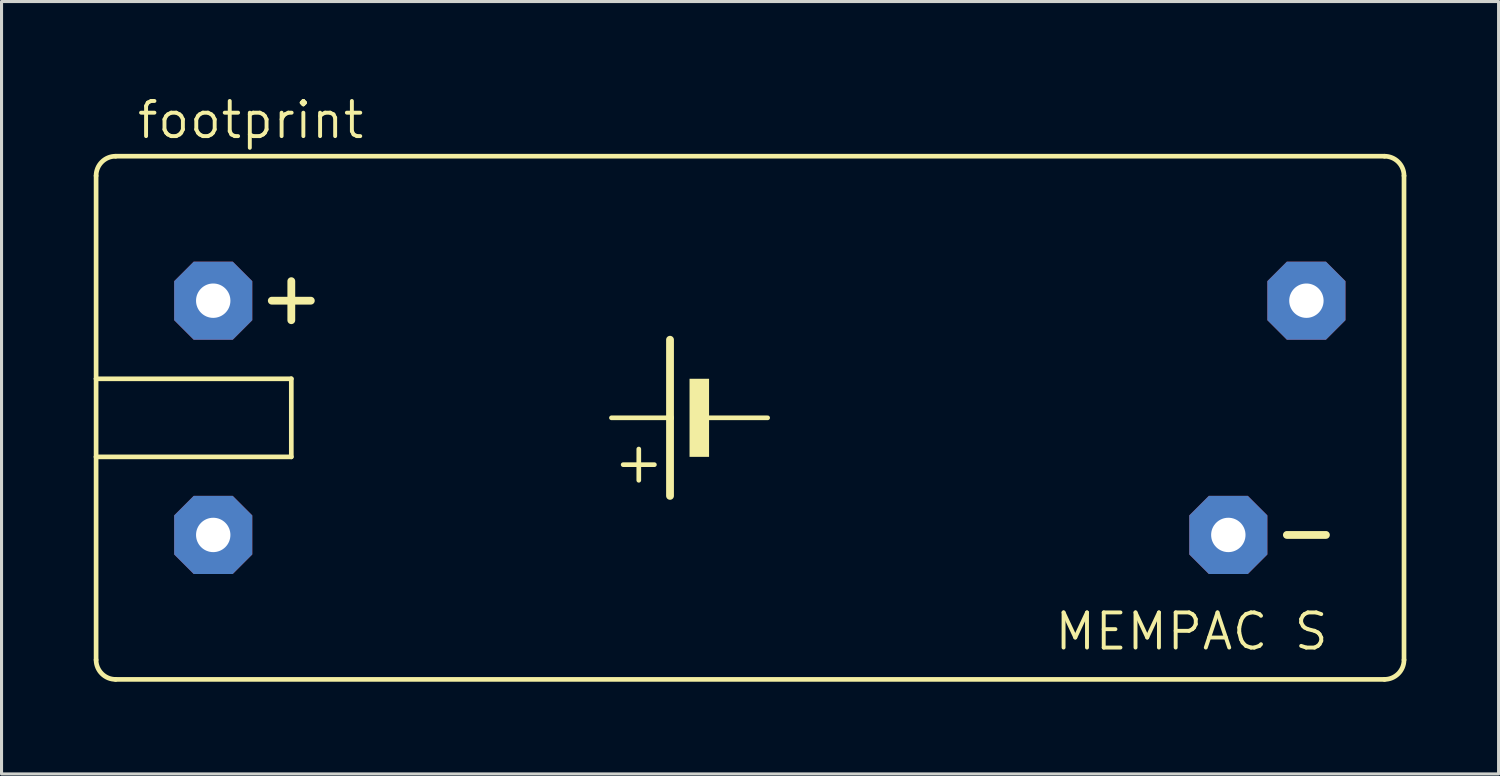
<source format=kicad_pcb>
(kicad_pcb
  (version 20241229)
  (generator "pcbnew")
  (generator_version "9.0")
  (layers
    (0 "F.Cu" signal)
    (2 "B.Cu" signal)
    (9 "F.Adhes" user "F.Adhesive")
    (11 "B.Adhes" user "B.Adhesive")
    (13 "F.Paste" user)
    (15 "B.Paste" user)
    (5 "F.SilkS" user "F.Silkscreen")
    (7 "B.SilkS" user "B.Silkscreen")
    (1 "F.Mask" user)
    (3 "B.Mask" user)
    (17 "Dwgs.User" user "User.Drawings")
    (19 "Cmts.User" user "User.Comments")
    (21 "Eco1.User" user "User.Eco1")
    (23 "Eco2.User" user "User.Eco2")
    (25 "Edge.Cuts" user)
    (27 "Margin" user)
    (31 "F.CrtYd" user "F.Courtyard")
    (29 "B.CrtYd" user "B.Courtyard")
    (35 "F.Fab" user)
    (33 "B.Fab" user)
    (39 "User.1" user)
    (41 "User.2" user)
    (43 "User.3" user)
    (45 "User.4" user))
  (footprint "footprint"
    (layer "F.Cu")
    (at 22.936 10.541)
    (property "Reference" "footprint" (at -21.59 -9.017 0) (layer "F.SilkS") (effects (font (size 1.143 1.143) (thickness 0.127)) (justify left bottom)))
    (fp_line (start -22.86 -1.27) (end -22.86 -7.874) (stroke (width 0.152) (type solid)) (layer "F.SilkS"))
    (fp_line (start -22.86 -1.27) (end -16.51 -1.27) (stroke (width 0.152) (type solid)) (layer "F.SilkS"))
    (fp_line (start -22.86 1.27) (end -22.86 -1.27) (stroke (width 0.152) (type solid)) (layer "F.SilkS"))
    (fp_line (start -22.86 7.874) (end -22.86 1.27) (stroke (width 0.152) (type solid)) (layer "F.SilkS"))
    (fp_line (start -22.225 -8.509) (end 19.05 -8.509) (stroke (width 0.152) (type solid)) (layer "F.SilkS"))
    (fp_line (start -22.225 8.509) (end 19.05 8.509) (stroke (width 0.152) (type solid)) (layer "F.SilkS"))
    (fp_line (start -17.145 -3.81) (end -15.875 -3.81) (stroke (width 0.254) (type solid)) (layer "F.SilkS"))
    (fp_line (start -16.51 -4.445) (end -16.51 -3.175) (stroke (width 0.254) (type solid)) (layer "F.SilkS"))
    (fp_line (start -16.51 1.27) (end -22.86 1.27) (stroke (width 0.152) (type solid)) (layer "F.SilkS"))
    (fp_line (start -16.51 1.27) (end -16.51 -1.27) (stroke (width 0.152) (type solid)) (layer "F.SilkS"))
    (fp_line (start -5.207 2.032) (end -5.207 1.016) (stroke (width 0.152) (type solid)) (layer "F.SilkS"))
    (fp_line (start -4.699 1.524) (end -5.715 1.524) (stroke (width 0.152) (type solid)) (layer "F.SilkS"))
    (fp_line (start -4.191 0) (end -6.096 0) (stroke (width 0.152) (type solid)) (layer "F.SilkS"))
    (fp_line (start -4.191 0) (end -4.191 -2.54) (stroke (width 0.254) (type solid)) (layer "F.SilkS"))
    (fp_line (start -4.191 2.54) (end -4.191 0) (stroke (width 0.254) (type solid)) (layer "F.SilkS"))
    (fp_line (start -1.016 0) (end -2.921 0) (stroke (width 0.152) (type solid)) (layer "F.SilkS"))
    (fp_line (start 15.875 3.81) (end 17.145 3.81) (stroke (width 0.254) (type solid)) (layer "F.SilkS"))
    (fp_line (start 19.685 -7.874) (end 19.685 7.874) (stroke (width 0.152) (type solid)) (layer "F.SilkS"))
    (fp_arc (start -22.86 -7.874) (mid -22.674013 -8.323013) (end -22.225 -8.509) (stroke (width 0.1524) (type solid)) (layer "F.SilkS"))
    (fp_arc (start -22.225 8.509) (mid -22.674013 8.323013) (end -22.86 7.874) (stroke (width 0.1524) (type solid)) (layer "F.SilkS"))
    (fp_arc (start 19.05 -8.509) (mid 19.499013 -8.323013) (end 19.685 -7.874) (stroke (width 0.1524) (type solid)) (layer "F.SilkS"))
    (fp_arc (start 19.685 7.874) (mid 19.499013 8.323013) (end 19.05 8.509) (stroke (width 0.1524) (type solid)) (layer "F.SilkS"))
    (fp_poly (pts (xy -3.556 1.27) (xy -2.921 1.27) (xy -2.921 -1.27) (xy -3.556 -1.27)) (stroke (width 0) (type solid)) (fill yes) (layer "F.SilkS"))
    (fp_text user "MEMPAC S" (at 8.255 7.62 0) (layer "F.SilkS") (effects (font (size 1.143 1.143) (thickness 0.127)) (justify left bottom)))
    (pad "+" thru_hole roundrect (at -19.05 -3.81) (size 2.54 2.54) (drill 1.118) (layers "*.Cu" "*.Mask") (roundrect_rratio 0.25) (chamfer_ratio 0.25) (chamfer top_left top_right bottom_left bottom_right))
    (pad "-" thru_hole roundrect (at 13.97 3.81) (size 2.54 2.54) (drill 1.118) (layers "*.Cu" "*.Mask") (roundrect_rratio 0.25) (chamfer_ratio 0.25) (chamfer top_left top_right bottom_left bottom_right))
    (pad "1" thru_hole roundrect (at -19.05 3.81) (size 2.54 2.54) (drill 1.118) (layers "*.Cu" "*.Mask") (roundrect_rratio 0.25) (chamfer_ratio 0.25) (chamfer top_left top_right bottom_left bottom_right))
    (pad "2" thru_hole roundrect (at 16.51 -3.81) (size 2.54 2.54) (drill 1.118) (layers "*.Cu" "*.Mask") (roundrect_rratio 0.25) (chamfer_ratio 0.25) (chamfer top_left top_right bottom_left bottom_right)))
  (gr_rect
    (start -3 -3)
    (end 45.697 22.126)
    (stroke (width 0.1) (type default))
    (fill no)
    (layer "Edge.Cuts")))
</source>
